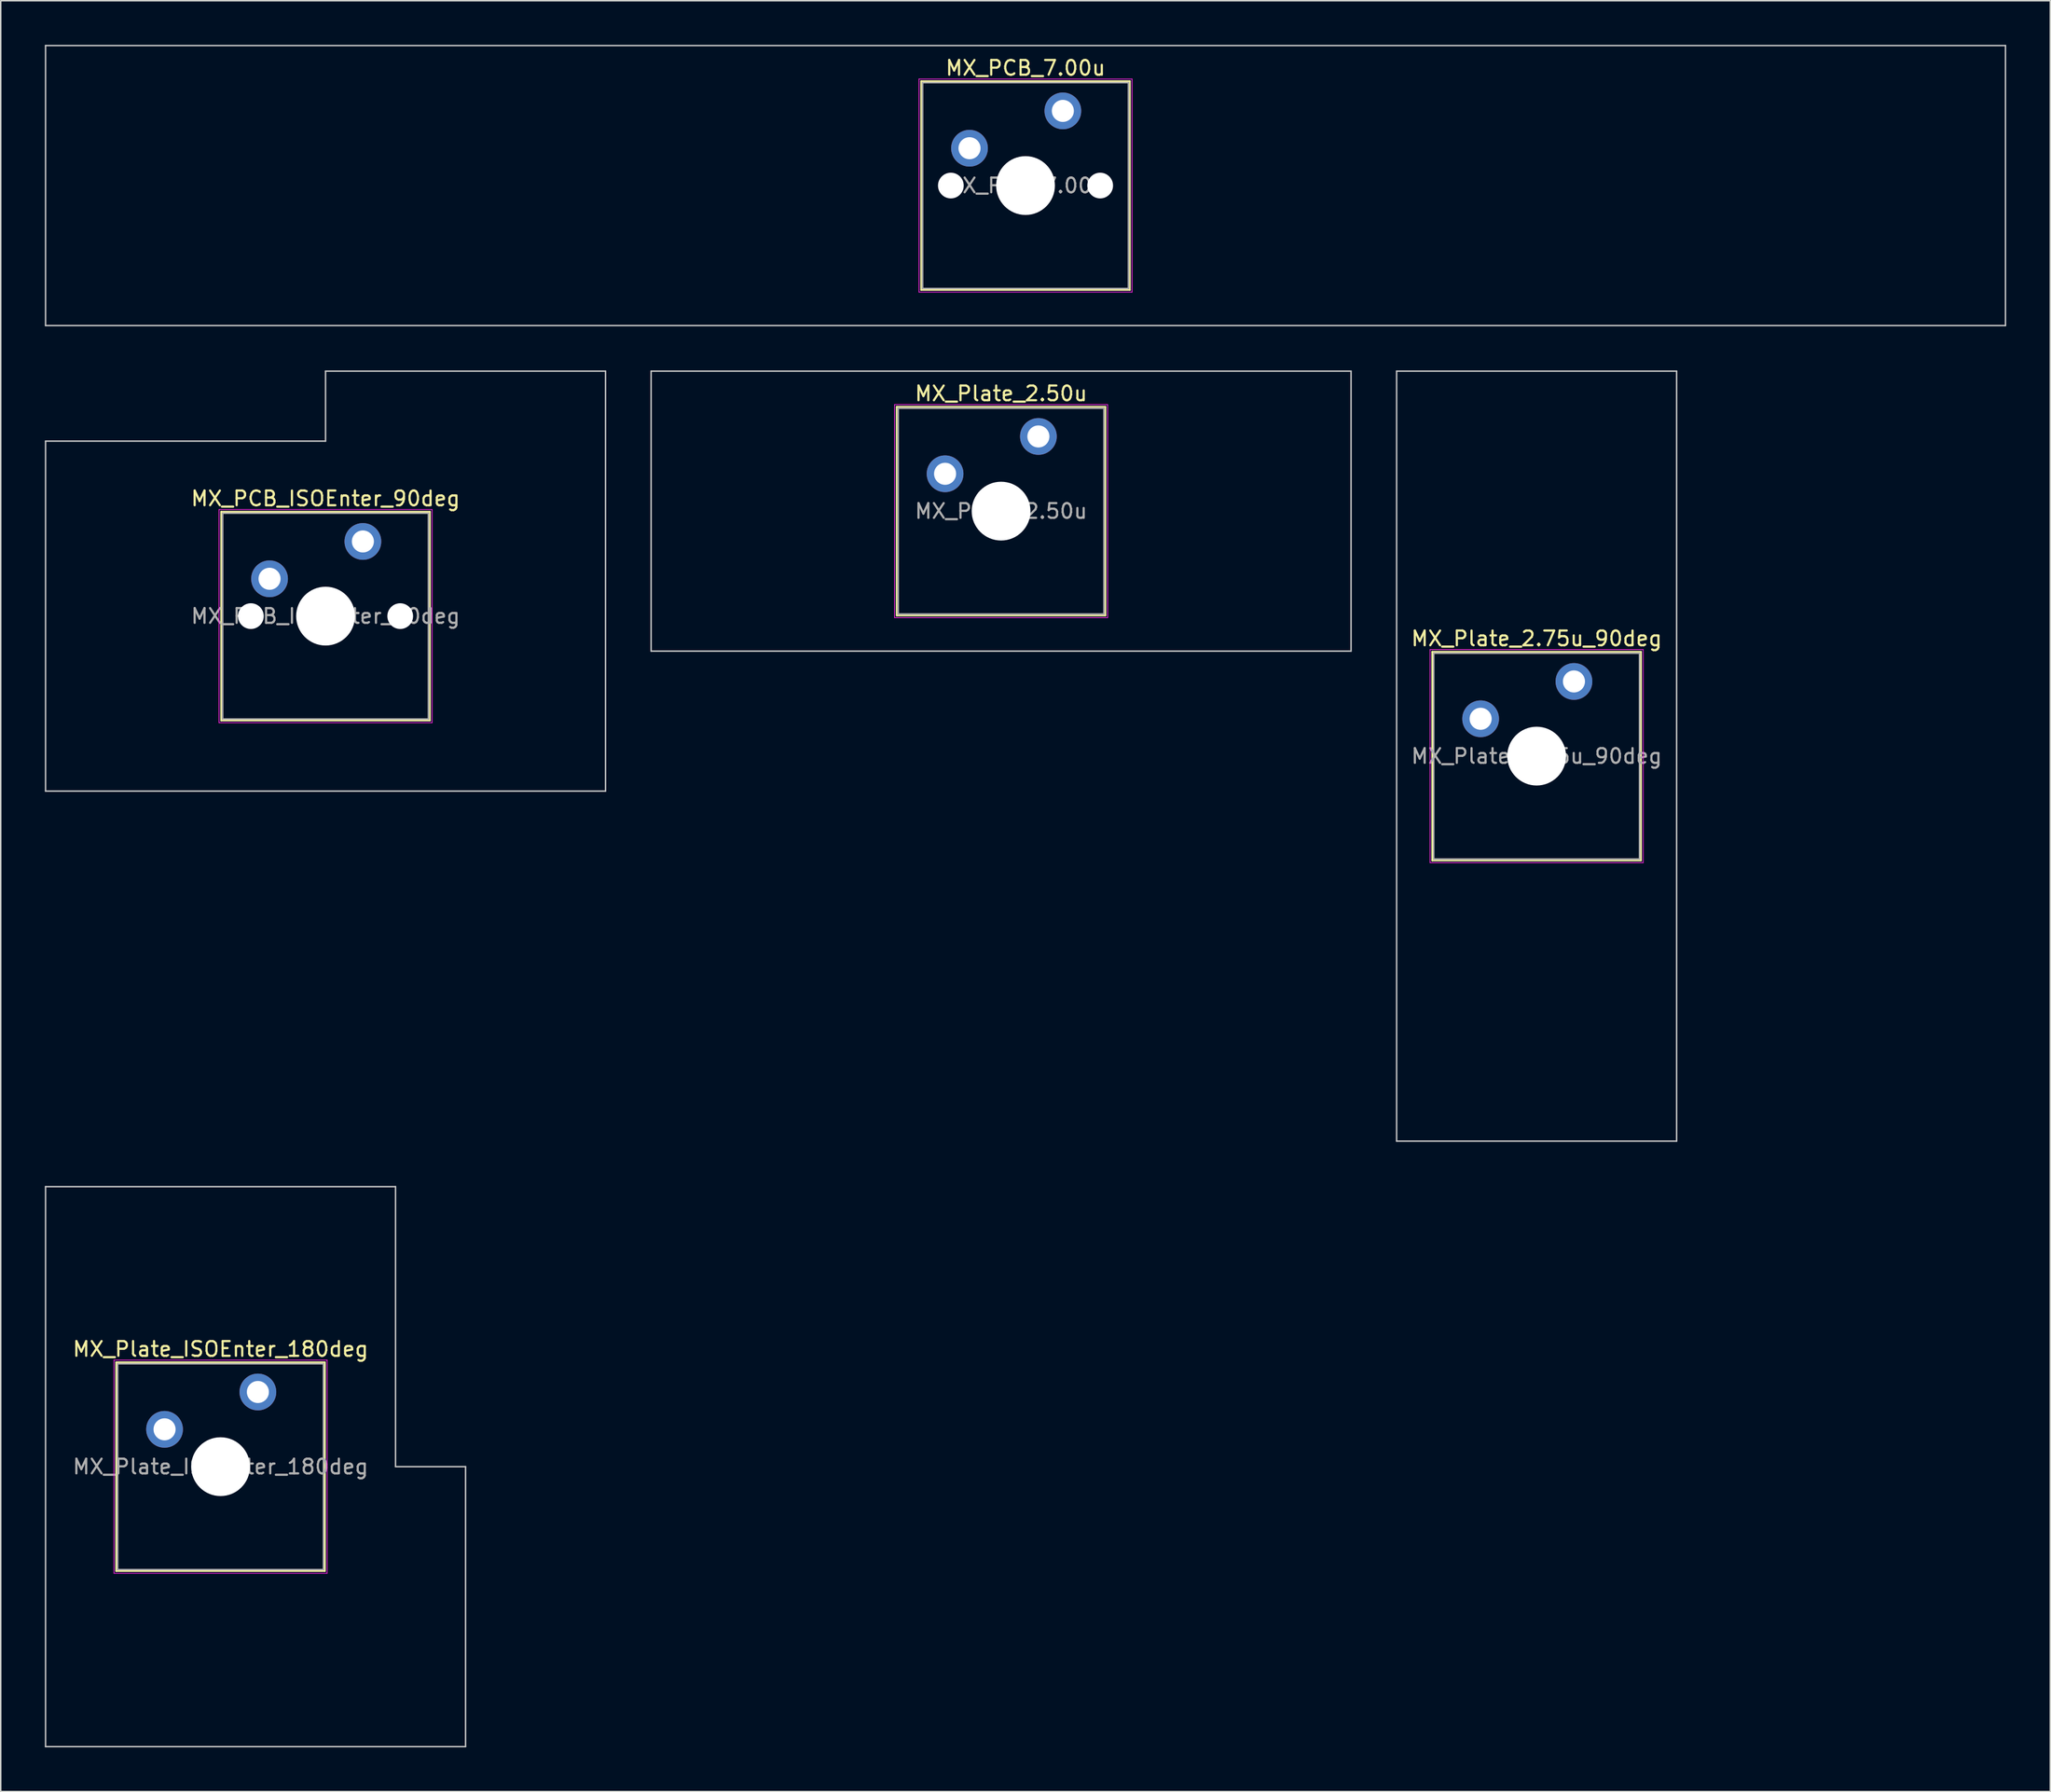
<source format=kicad_pcb>
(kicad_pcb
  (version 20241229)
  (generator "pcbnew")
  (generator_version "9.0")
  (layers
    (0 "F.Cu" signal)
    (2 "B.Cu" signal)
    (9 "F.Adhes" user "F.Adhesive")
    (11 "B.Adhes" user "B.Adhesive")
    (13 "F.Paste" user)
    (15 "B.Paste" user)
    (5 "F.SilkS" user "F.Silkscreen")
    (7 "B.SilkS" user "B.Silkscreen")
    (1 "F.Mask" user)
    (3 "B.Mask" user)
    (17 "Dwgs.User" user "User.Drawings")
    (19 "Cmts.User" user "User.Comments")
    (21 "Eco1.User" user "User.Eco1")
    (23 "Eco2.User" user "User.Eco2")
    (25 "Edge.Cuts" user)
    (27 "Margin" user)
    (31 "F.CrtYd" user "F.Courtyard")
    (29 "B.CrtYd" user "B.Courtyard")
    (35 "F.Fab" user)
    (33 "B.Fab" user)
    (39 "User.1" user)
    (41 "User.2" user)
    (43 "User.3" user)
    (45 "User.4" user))
  (footprint "MX_PCB_7.00u"
    (layer "F.Cu")
    (at 66.725 9.575)
    (property "Reference" "MX_PCB_7.00u" (at 0 -8 0) (layer "F.SilkS") (effects (font (size 1 1) (thickness 0.15))))
    (attr through_hole)
    (fp_line (start -7.1 -7.1) (end -7.1 7.1) (stroke (width 0.12) (type solid)) (layer "F.SilkS"))
    (fp_line (start -7.1 7.1) (end 7.1 7.1) (stroke (width 0.12) (type solid)) (layer "F.SilkS"))
    (fp_line (start 7.1 -7.1) (end -7.1 -7.1) (stroke (width 0.12) (type solid)) (layer "F.SilkS"))
    (fp_line (start 7.1 7.1) (end 7.1 -7.1) (stroke (width 0.12) (type solid)) (layer "F.SilkS"))
    (fp_line (start -66.675 -9.525) (end -66.675 9.525) (stroke (width 0.1) (type solid)) (layer "Dwgs.User"))
    (fp_line (start -66.675 9.525) (end 66.675 9.525) (stroke (width 0.1) (type solid)) (layer "Dwgs.User"))
    (fp_line (start 66.675 -9.525) (end -66.675 -9.525) (stroke (width 0.1) (type solid)) (layer "Dwgs.User"))
    (fp_line (start 66.675 9.525) (end 66.675 -9.525) (stroke (width 0.1) (type solid)) (layer "Dwgs.User"))
    (fp_line (start -7 -7) (end -7 7) (stroke (width 0.1) (type solid)) (layer "Eco1.User"))
    (fp_line (start -7 7) (end 7 7) (stroke (width 0.1) (type solid)) (layer "Eco1.User"))
    (fp_line (start 7 -7) (end -7 -7) (stroke (width 0.1) (type solid)) (layer "Eco1.User"))
    (fp_line (start 7 7) (end 7 -7) (stroke (width 0.1) (type solid)) (layer "Eco1.User"))
    (fp_line (start -7.25 -7.25) (end -7.25 7.25) (stroke (width 0.05) (type solid)) (layer "F.CrtYd"))
    (fp_line (start -7.25 7.25) (end 7.25 7.25) (stroke (width 0.05) (type solid)) (layer "F.CrtYd"))
    (fp_line (start 7.25 -7.25) (end -7.25 -7.25) (stroke (width 0.05) (type solid)) (layer "F.CrtYd"))
    (fp_line (start 7.25 7.25) (end 7.25 -7.25) (stroke (width 0.05) (type solid)) (layer "F.CrtYd"))
    (fp_line (start -7 -7) (end -7 7) (stroke (width 0.1) (type solid)) (layer "F.Fab"))
    (fp_line (start -7 7) (end 7 7) (stroke (width 0.1) (type solid)) (layer "F.Fab"))
    (fp_line (start 7 -7) (end -7 -7) (stroke (width 0.1) (type solid)) (layer "F.Fab"))
    (fp_line (start 7 7) (end 7 -7) (stroke (width 0.1) (type solid)) (layer "F.Fab"))
    (fp_text user "${REFERENCE}" (at 0 0 0) (layer "F.Fab") (effects (font (size 1 1) (thickness 0.15))))
    (pad "" np_thru_hole circle (at -5.08 0) (size 1.75 1.75) (drill 1.75) (layers "*.Cu" "*.Mask"))
    (pad "" np_thru_hole circle (at 0 0) (size 4 4) (drill 4) (layers "*.Cu" "*.Mask"))
    (pad "" np_thru_hole circle (at 5.08 0) (size 1.75 1.75) (drill 1.75) (layers "*.Cu" "*.Mask"))
    (pad "1" thru_hole circle (at -3.81 -2.54) (size 2.5 2.5) (drill 1.5) (layers "*.Cu" "*.Mask"))
    (pad "2" thru_hole circle (at 2.54 -5.08) (size 2.5 2.5) (drill 1.5) (layers "*.Cu" "*.Mask")))
  (footprint "MX_Plate_2.75u_90deg"
    (layer "F.Cu")
    (at 101.5 48.394)
    (property "Reference" "MX_Plate_2.75u_90deg" (at 0 -8 0) (layer "F.SilkS") (effects (font (size 1 1) (thickness 0.15))))
    (attr through_hole)
    (fp_line (start -7.1 -7.1) (end -7.1 7.1) (stroke (width 0.12) (type solid)) (layer "F.SilkS"))
    (fp_line (start -7.1 7.1) (end 7.1 7.1) (stroke (width 0.12) (type solid)) (layer "F.SilkS"))
    (fp_line (start 7.1 -7.1) (end -7.1 -7.1) (stroke (width 0.12) (type solid)) (layer "F.SilkS"))
    (fp_line (start 7.1 7.1) (end 7.1 -7.1) (stroke (width 0.12) (type solid)) (layer "F.SilkS"))
    (fp_line (start -9.525 -26.194) (end 9.525 -26.194) (stroke (width 0.1) (type solid)) (layer "Dwgs.User"))
    (fp_line (start -9.525 26.194) (end -9.525 -26.194) (stroke (width 0.1) (type solid)) (layer "Dwgs.User"))
    (fp_line (start 9.525 -26.194) (end 9.525 26.194) (stroke (width 0.1) (type solid)) (layer "Dwgs.User"))
    (fp_line (start 9.525 26.194) (end -9.525 26.194) (stroke (width 0.1) (type solid)) (layer "Dwgs.User"))
    (fp_line (start -7 -7) (end -7 7) (stroke (width 0.1) (type solid)) (layer "Eco1.User"))
    (fp_line (start -7 7) (end 7 7) (stroke (width 0.1) (type solid)) (layer "Eco1.User"))
    (fp_line (start 7 -7) (end -7 -7) (stroke (width 0.1) (type solid)) (layer "Eco1.User"))
    (fp_line (start 7 7) (end 7 -7) (stroke (width 0.1) (type solid)) (layer "Eco1.User"))
    (fp_line (start -7.25 -7.25) (end -7.25 7.25) (stroke (width 0.05) (type solid)) (layer "F.CrtYd"))
    (fp_line (start -7.25 7.25) (end 7.25 7.25) (stroke (width 0.05) (type solid)) (layer "F.CrtYd"))
    (fp_line (start 7.25 -7.25) (end -7.25 -7.25) (stroke (width 0.05) (type solid)) (layer "F.CrtYd"))
    (fp_line (start 7.25 7.25) (end 7.25 -7.25) (stroke (width 0.05) (type solid)) (layer "F.CrtYd"))
    (fp_line (start -7 -7) (end -7 7) (stroke (width 0.1) (type solid)) (layer "F.Fab"))
    (fp_line (start -7 7) (end 7 7) (stroke (width 0.1) (type solid)) (layer "F.Fab"))
    (fp_line (start 7 -7) (end -7 -7) (stroke (width 0.1) (type solid)) (layer "F.Fab"))
    (fp_line (start 7 7) (end 7 -7) (stroke (width 0.1) (type solid)) (layer "F.Fab"))
    (fp_text user "${REFERENCE}" (at 0 0 0) (layer "F.Fab") (effects (font (size 1 1) (thickness 0.15))))
    (pad "" np_thru_hole circle (at 0 0) (size 4 4) (drill 4) (layers "*.Cu" "*.Mask"))
    (pad "1" thru_hole circle (at -3.81 -2.54) (size 2.5 2.5) (drill 1.5) (layers "*.Cu" "*.Mask"))
    (pad "2" thru_hole circle (at 2.54 -5.08) (size 2.5 2.5) (drill 1.5) (layers "*.Cu" "*.Mask")))
  (footprint "MX_PCB_ISOEnter_90deg"
    (layer "F.Cu")
    (at 19.1 38.869)
    (property "Reference" "MX_PCB_ISOEnter_90deg" (at 0 -8 0) (layer "F.SilkS") (effects (font (size 1 1) (thickness 0.15))))
    (attr through_hole)
    (fp_line (start -7.1 -7.1) (end -7.1 7.1) (stroke (width 0.12) (type solid)) (layer "F.SilkS"))
    (fp_line (start -7.1 7.1) (end 7.1 7.1) (stroke (width 0.12) (type solid)) (layer "F.SilkS"))
    (fp_line (start 7.1 -7.1) (end -7.1 -7.1) (stroke (width 0.12) (type solid)) (layer "F.SilkS"))
    (fp_line (start 7.1 7.1) (end 7.1 -7.1) (stroke (width 0.12) (type solid)) (layer "F.SilkS"))
    (fp_line (start -19.05 -11.906) (end -19.05 11.906) (stroke (width 0.1) (type solid)) (layer "Dwgs.User"))
    (fp_line (start -19.05 11.906) (end 19.05 11.906) (stroke (width 0.1) (type solid)) (layer "Dwgs.User"))
    (fp_line (start 0 -16.669) (end 0 -11.906) (stroke (width 0.1) (type solid)) (layer "Dwgs.User"))
    (fp_line (start 0 -11.906) (end -19.05 -11.906) (stroke (width 0.1) (type solid)) (layer "Dwgs.User"))
    (fp_line (start 19.05 -16.669) (end 0 -16.669) (stroke (width 0.1) (type solid)) (layer "Dwgs.User"))
    (fp_line (start 19.05 11.906) (end 19.05 -16.669) (stroke (width 0.1) (type solid)) (layer "Dwgs.User"))
    (fp_line (start -7 -7) (end -7 7) (stroke (width 0.1) (type solid)) (layer "Eco1.User"))
    (fp_line (start -7 7) (end 7 7) (stroke (width 0.1) (type solid)) (layer "Eco1.User"))
    (fp_line (start 7 -7) (end -7 -7) (stroke (width 0.1) (type solid)) (layer "Eco1.User"))
    (fp_line (start 7 7) (end 7 -7) (stroke (width 0.1) (type solid)) (layer "Eco1.User"))
    (fp_line (start -7.25 -7.25) (end -7.25 7.25) (stroke (width 0.05) (type solid)) (layer "F.CrtYd"))
    (fp_line (start -7.25 7.25) (end 7.25 7.25) (stroke (width 0.05) (type solid)) (layer "F.CrtYd"))
    (fp_line (start 7.25 -7.25) (end -7.25 -7.25) (stroke (width 0.05) (type solid)) (layer "F.CrtYd"))
    (fp_line (start 7.25 7.25) (end 7.25 -7.25) (stroke (width 0.05) (type solid)) (layer "F.CrtYd"))
    (fp_line (start -7 -7) (end -7 7) (stroke (width 0.1) (type solid)) (layer "F.Fab"))
    (fp_line (start -7 7) (end 7 7) (stroke (width 0.1) (type solid)) (layer "F.Fab"))
    (fp_line (start 7 -7) (end -7 -7) (stroke (width 0.1) (type solid)) (layer "F.Fab"))
    (fp_line (start 7 7) (end 7 -7) (stroke (width 0.1) (type solid)) (layer "F.Fab"))
    (fp_text user "${REFERENCE}" (at 0 0 0) (layer "F.Fab") (effects (font (size 1 1) (thickness 0.15))))
    (pad "" np_thru_hole circle (at -5.08 0) (size 1.75 1.75) (drill 1.75) (layers "*.Cu" "*.Mask"))
    (pad "" np_thru_hole circle (at 0 0) (size 4 4) (drill 4) (layers "*.Cu" "*.Mask"))
    (pad "" np_thru_hole circle (at 5.08 0) (size 1.75 1.75) (drill 1.75) (layers "*.Cu" "*.Mask"))
    (pad "1" thru_hole circle (at -3.81 -2.54) (size 2.5 2.5) (drill 1.5) (layers "*.Cu" "*.Mask"))
    (pad "2" thru_hole circle (at 2.54 -5.08) (size 2.5 2.5) (drill 1.5) (layers "*.Cu" "*.Mask")))
  (footprint "MX_Plate_2.50u"
    (layer "F.Cu")
    (at 65.062 31.725)
    (property "Reference" "MX_Plate_2.50u" (at 0 -8 0) (layer "F.SilkS") (effects (font (size 1 1) (thickness 0.15))))
    (attr through_hole)
    (fp_line (start -7.1 -7.1) (end -7.1 7.1) (stroke (width 0.12) (type solid)) (layer "F.SilkS"))
    (fp_line (start -7.1 7.1) (end 7.1 7.1) (stroke (width 0.12) (type solid)) (layer "F.SilkS"))
    (fp_line (start 7.1 -7.1) (end -7.1 -7.1) (stroke (width 0.12) (type solid)) (layer "F.SilkS"))
    (fp_line (start 7.1 7.1) (end 7.1 -7.1) (stroke (width 0.12) (type solid)) (layer "F.SilkS"))
    (fp_line (start -23.812 -9.525) (end -23.812 9.525) (stroke (width 0.1) (type solid)) (layer "Dwgs.User"))
    (fp_line (start -23.812 9.525) (end 23.812 9.525) (stroke (width 0.1) (type solid)) (layer "Dwgs.User"))
    (fp_line (start 23.812 -9.525) (end -23.812 -9.525) (stroke (width 0.1) (type solid)) (layer "Dwgs.User"))
    (fp_line (start 23.812 9.525) (end 23.812 -9.525) (stroke (width 0.1) (type solid)) (layer "Dwgs.User"))
    (fp_line (start -7 -7) (end -7 7) (stroke (width 0.1) (type solid)) (layer "Eco1.User"))
    (fp_line (start -7 7) (end 7 7) (stroke (width 0.1) (type solid)) (layer "Eco1.User"))
    (fp_line (start 7 -7) (end -7 -7) (stroke (width 0.1) (type solid)) (layer "Eco1.User"))
    (fp_line (start 7 7) (end 7 -7) (stroke (width 0.1) (type solid)) (layer "Eco1.User"))
    (fp_line (start -7.25 -7.25) (end -7.25 7.25) (stroke (width 0.05) (type solid)) (layer "F.CrtYd"))
    (fp_line (start -7.25 7.25) (end 7.25 7.25) (stroke (width 0.05) (type solid)) (layer "F.CrtYd"))
    (fp_line (start 7.25 -7.25) (end -7.25 -7.25) (stroke (width 0.05) (type solid)) (layer "F.CrtYd"))
    (fp_line (start 7.25 7.25) (end 7.25 -7.25) (stroke (width 0.05) (type solid)) (layer "F.CrtYd"))
    (fp_line (start -7 -7) (end -7 7) (stroke (width 0.1) (type solid)) (layer "F.Fab"))
    (fp_line (start -7 7) (end 7 7) (stroke (width 0.1) (type solid)) (layer "F.Fab"))
    (fp_line (start 7 -7) (end -7 -7) (stroke (width 0.1) (type solid)) (layer "F.Fab"))
    (fp_line (start 7 7) (end 7 -7) (stroke (width 0.1) (type solid)) (layer "F.Fab"))
    (fp_text user "${REFERENCE}" (at 0 0 0) (layer "F.Fab") (effects (font (size 1 1) (thickness 0.15))))
    (pad "" np_thru_hole circle (at 0 0) (size 4 4) (drill 4) (layers "*.Cu" "*.Mask"))
    (pad "1" thru_hole circle (at -3.81 -2.54) (size 2.5 2.5) (drill 1.5) (layers "*.Cu" "*.Mask"))
    (pad "2" thru_hole circle (at 2.54 -5.08) (size 2.5 2.5) (drill 1.5) (layers "*.Cu" "*.Mask")))
  (footprint "MX_Plate_ISOEnter_180deg"
    (layer "F.Cu")
    (at 11.956 96.737)
    (property "Reference" "MX_Plate_ISOEnter_180deg" (at 0 -8 0) (layer "F.SilkS") (effects (font (size 1 1) (thickness 0.15))))
    (attr through_hole)
    (fp_line (start -7.1 -7.1) (end -7.1 7.1) (stroke (width 0.12) (type solid)) (layer "F.SilkS"))
    (fp_line (start -7.1 7.1) (end 7.1 7.1) (stroke (width 0.12) (type solid)) (layer "F.SilkS"))
    (fp_line (start 7.1 -7.1) (end -7.1 -7.1) (stroke (width 0.12) (type solid)) (layer "F.SilkS"))
    (fp_line (start 7.1 7.1) (end 7.1 -7.1) (stroke (width 0.12) (type solid)) (layer "F.SilkS"))
    (fp_line (start -11.906 -19.05) (end -11.906 19.05) (stroke (width 0.1) (type solid)) (layer "Dwgs.User"))
    (fp_line (start -11.906 19.05) (end 16.669 19.05) (stroke (width 0.1) (type solid)) (layer "Dwgs.User"))
    (fp_line (start 11.906 -19.05) (end -11.906 -19.05) (stroke (width 0.1) (type solid)) (layer "Dwgs.User"))
    (fp_line (start 11.906 0) (end 11.906 -19.05) (stroke (width 0.1) (type solid)) (layer "Dwgs.User"))
    (fp_line (start 16.669 0) (end 11.906 0) (stroke (width 0.1) (type solid)) (layer "Dwgs.User"))
    (fp_line (start 16.669 19.05) (end 16.669 0) (stroke (width 0.1) (type solid)) (layer "Dwgs.User"))
    (fp_line (start -7 -7) (end -7 7) (stroke (width 0.1) (type solid)) (layer "Eco1.User"))
    (fp_line (start -7 7) (end 7 7) (stroke (width 0.1) (type solid)) (layer "Eco1.User"))
    (fp_line (start 7 -7) (end -7 -7) (stroke (width 0.1) (type solid)) (layer "Eco1.User"))
    (fp_line (start 7 7) (end 7 -7) (stroke (width 0.1) (type solid)) (layer "Eco1.User"))
    (fp_line (start -7.25 -7.25) (end -7.25 7.25) (stroke (width 0.05) (type solid)) (layer "F.CrtYd"))
    (fp_line (start -7.25 7.25) (end 7.25 7.25) (stroke (width 0.05) (type solid)) (layer "F.CrtYd"))
    (fp_line (start 7.25 -7.25) (end -7.25 -7.25) (stroke (width 0.05) (type solid)) (layer "F.CrtYd"))
    (fp_line (start 7.25 7.25) (end 7.25 -7.25) (stroke (width 0.05) (type solid)) (layer "F.CrtYd"))
    (fp_line (start -7 -7) (end -7 7) (stroke (width 0.1) (type solid)) (layer "F.Fab"))
    (fp_line (start -7 7) (end 7 7) (stroke (width 0.1) (type solid)) (layer "F.Fab"))
    (fp_line (start 7 -7) (end -7 -7) (stroke (width 0.1) (type solid)) (layer "F.Fab"))
    (fp_line (start 7 7) (end 7 -7) (stroke (width 0.1) (type solid)) (layer "F.Fab"))
    (fp_text user "${REFERENCE}" (at 0 0 0) (layer "F.Fab") (effects (font (size 1 1) (thickness 0.15))))
    (pad "" np_thru_hole circle (at 0 0) (size 4 4) (drill 4) (layers "*.Cu" "*.Mask"))
    (pad "1" thru_hole circle (at -3.81 -2.54) (size 2.5 2.5) (drill 1.5) (layers "*.Cu" "*.Mask"))
    (pad "2" thru_hole circle (at 2.54 -5.08) (size 2.5 2.5) (drill 1.5) (layers "*.Cu" "*.Mask")))
  (gr_rect
    (start -3 -3)
    (end 136.45 118.838)
    (stroke (width 0.1) (type default))
    (fill no)
    (layer "Edge.Cuts")))
</source>
